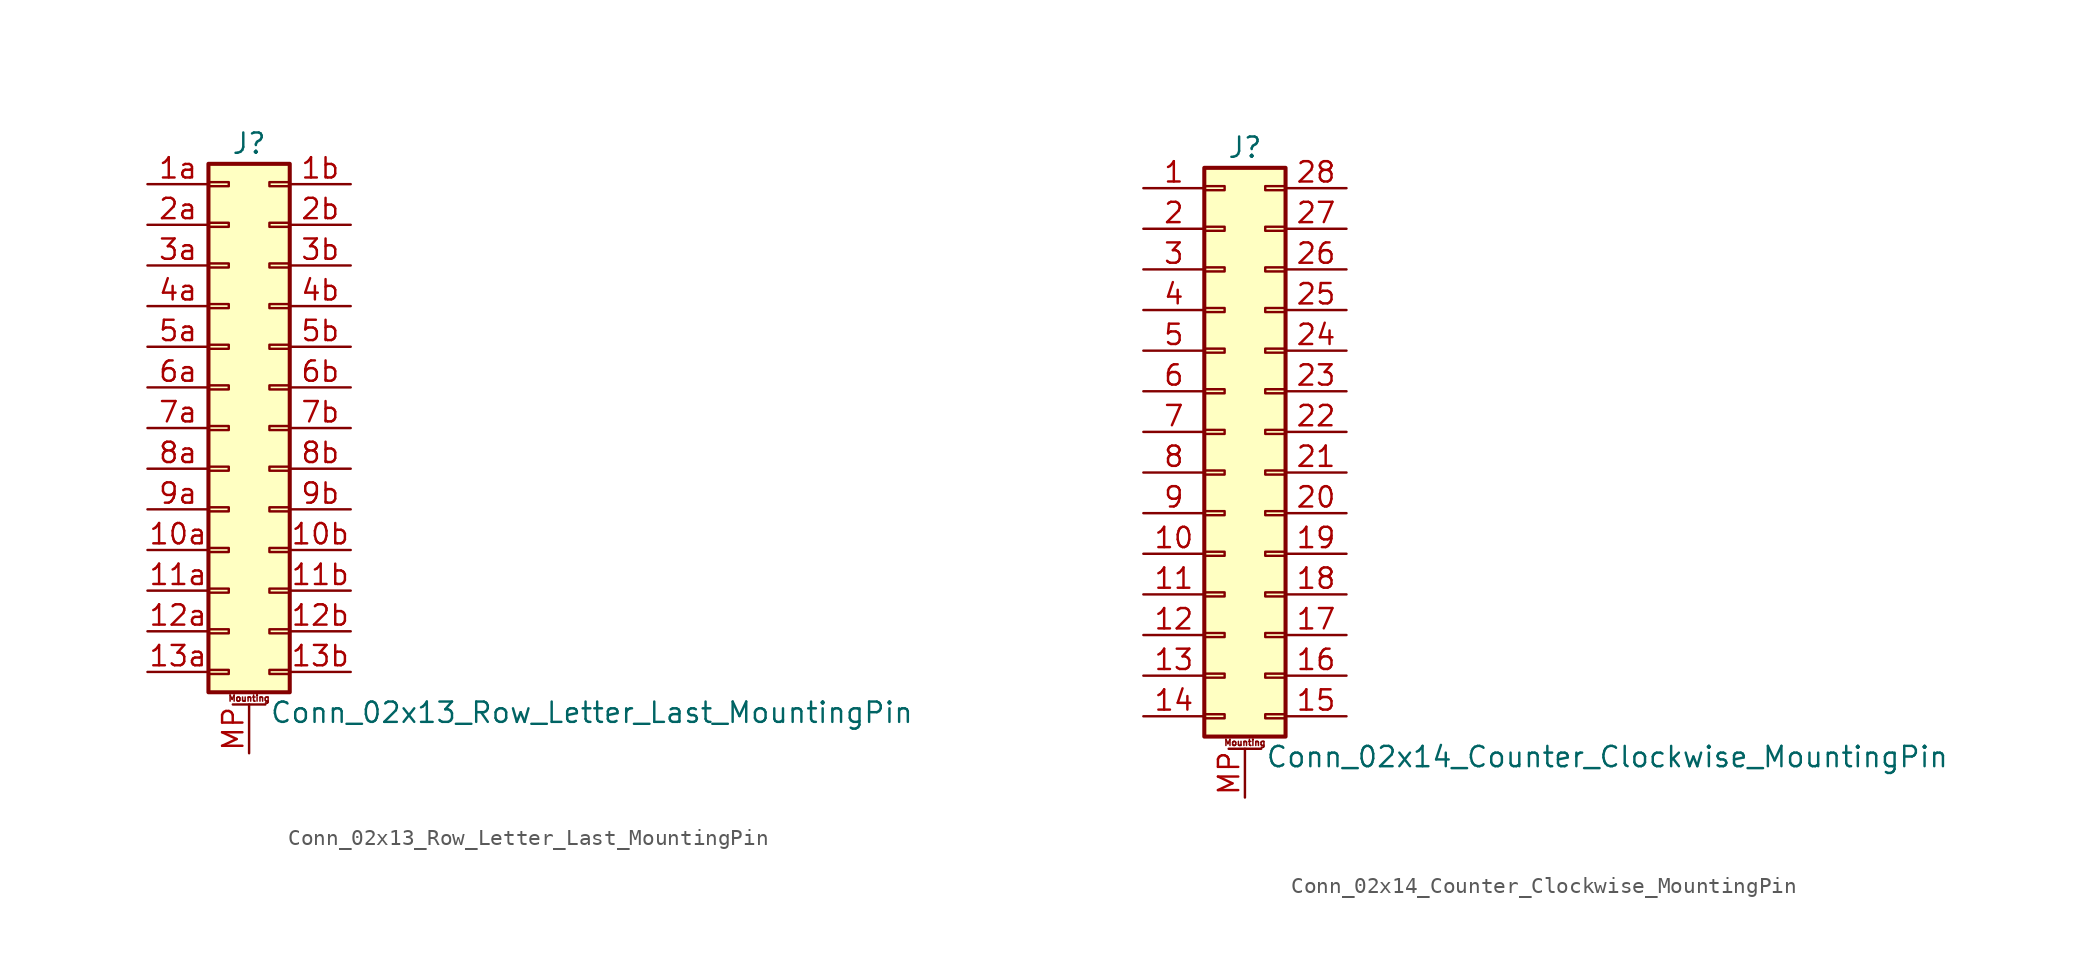
<source format=kicad_sym>
(kicad_symbol_lib
  (version 20201005)
  (generator kicad_symbol_editor)
  (symbol "Connector_Generic_MountingPin:Conn_02x13_Row_Letter_Last_MountingPin"
    (pin_names
      (offset 1.016) hide)
    (property "Reference" "J"
      (at 1.27 17.78 0)
      (effects (font (size 1.27 1.27))))
    (property "Value" "Conn_02x13_Row_Letter_Last_MountingPin"
      (at 2.54 -17.78 0)
      (effects (font (size 1.27 1.27)) (justify left)))
    (symbol "Conn_02x13_Row_Letter_Last_MountingPin_1_1"
      (text "Mounting" (at 1.27 -16.891 0) (effects (font (size 0.381 0.381))))
      (rectangle (start -1.27 -4.953) (end 0 -5.207) (stroke (width 0.152)) (fill (type none)))
      (rectangle (start -1.27 -7.493) (end 0 -7.747) (stroke (width 0.152)) (fill (type none)))
      (rectangle (start -1.27 -10.033) (end 0 -10.287) (stroke (width 0.152)) (fill (type none)))
      (rectangle (start -1.27 -12.573) (end 0 -12.827) (stroke (width 0.152)) (fill (type none)))
      (rectangle (start -1.27 -15.113) (end 0 -15.367) (stroke (width 0.152)) (fill (type none)))
      (rectangle (start -1.27 -2.413) (end 0 -2.667) (stroke (width 0.152)) (fill (type none)))
      (rectangle (start -1.27 2.667) (end 0 2.413) (stroke (width 0.152)) (fill (type none)))
      (rectangle (start -1.27 5.207) (end 0 4.953) (stroke (width 0.152)) (fill (type none)))
      (rectangle (start -1.27 7.747) (end 0 7.493) (stroke (width 0.152)) (fill (type none)))
      (rectangle (start -1.27 10.287) (end 0 10.033) (stroke (width 0.152)) (fill (type none)))
      (rectangle (start -1.27 0.127) (end 0 -0.127) (stroke (width 0.152)) (fill (type none)))
      (rectangle (start -1.27 12.827) (end 0 12.573) (stroke (width 0.152)) (fill (type none)))
      (rectangle (start -1.27 15.367) (end 0 15.113) (stroke (width 0.152)) (fill (type none)))
      (rectangle (start -1.27 16.51) (end 3.81 -16.51) (stroke (width 0.254)) (fill (type background)))
      (rectangle (start 3.81 -4.953) (end 2.54 -5.207) (stroke (width 0.152)) (fill (type none)))
      (rectangle (start 3.81 -7.493) (end 2.54 -7.747) (stroke (width 0.152)) (fill (type none)))
      (rectangle (start 3.81 -10.033) (end 2.54 -10.287) (stroke (width 0.152)) (fill (type none)))
      (rectangle (start 3.81 -12.573) (end 2.54 -12.827) (stroke (width 0.152)) (fill (type none)))
      (rectangle (start 3.81 -15.113) (end 2.54 -15.367) (stroke (width 0.152)) (fill (type none)))
      (rectangle (start 3.81 -2.413) (end 2.54 -2.667) (stroke (width 0.152)) (fill (type none)))
      (rectangle (start 3.81 2.667) (end 2.54 2.413) (stroke (width 0.152)) (fill (type none)))
      (rectangle (start 3.81 5.207) (end 2.54 4.953) (stroke (width 0.152)) (fill (type none)))
      (rectangle (start 3.81 7.747) (end 2.54 7.493) (stroke (width 0.152)) (fill (type none)))
      (rectangle (start 3.81 10.287) (end 2.54 10.033) (stroke (width 0.152)) (fill (type none)))
      (rectangle (start 3.81 0.127) (end 2.54 -0.127) (stroke (width 0.152)) (fill (type none)))
      (rectangle (start 3.81 12.827) (end 2.54 12.573) (stroke (width 0.152)) (fill (type none)))
      (rectangle (start 3.81 15.367) (end 2.54 15.113) (stroke (width 0.152)) (fill (type none)))
      (polyline (pts (xy 0.254 -17.272) (xy 2.286 -17.272)) (stroke (width 0.152)) (fill (type none)))
      (pin passive line (at 1.27 -20.32 90) (length 3.048) (name "MountPin" (effects (font (size 1.27 1.27)))) (number "MP" (effects (font (size 1.27 1.27)))))
      (pin passive line (at -5.08 -7.62 0) (length 3.81) (name "Pin_10a" (effects (font (size 1.27 1.27)))) (number "10a" (effects (font (size 1.27 1.27)))))
      (pin passive line (at 7.62 -7.62 180) (length 3.81) (name "Pin_10b" (effects (font (size 1.27 1.27)))) (number "10b" (effects (font (size 1.27 1.27)))))
      (pin passive line (at -5.08 -10.16 0) (length 3.81) (name "Pin_11a" (effects (font (size 1.27 1.27)))) (number "11a" (effects (font (size 1.27 1.27)))))
      (pin passive line (at 7.62 -10.16 180) (length 3.81) (name "Pin_11b" (effects (font (size 1.27 1.27)))) (number "11b" (effects (font (size 1.27 1.27)))))
      (pin passive line (at -5.08 -12.7 0) (length 3.81) (name "Pin_12a" (effects (font (size 1.27 1.27)))) (number "12a" (effects (font (size 1.27 1.27)))))
      (pin passive line (at 7.62 -12.7 180) (length 3.81) (name "Pin_12b" (effects (font (size 1.27 1.27)))) (number "12b" (effects (font (size 1.27 1.27)))))
      (pin passive line (at -5.08 -15.24 0) (length 3.81) (name "Pin_13a" (effects (font (size 1.27 1.27)))) (number "13a" (effects (font (size 1.27 1.27)))))
      (pin passive line (at 7.62 -15.24 180) (length 3.81) (name "Pin_13b" (effects (font (size 1.27 1.27)))) (number "13b" (effects (font (size 1.27 1.27)))))
      (pin passive line (at -5.08 15.24 0) (length 3.81) (name "Pin_1a" (effects (font (size 1.27 1.27)))) (number "1a" (effects (font (size 1.27 1.27)))))
      (pin passive line (at 7.62 15.24 180) (length 3.81) (name "Pin_1b" (effects (font (size 1.27 1.27)))) (number "1b" (effects (font (size 1.27 1.27)))))
      (pin passive line (at -5.08 12.7 0) (length 3.81) (name "Pin_2a" (effects (font (size 1.27 1.27)))) (number "2a" (effects (font (size 1.27 1.27)))))
      (pin passive line (at 7.62 12.7 180) (length 3.81) (name "Pin_2b" (effects (font (size 1.27 1.27)))) (number "2b" (effects (font (size 1.27 1.27)))))
      (pin passive line (at -5.08 10.16 0) (length 3.81) (name "Pin_3a" (effects (font (size 1.27 1.27)))) (number "3a" (effects (font (size 1.27 1.27)))))
      (pin passive line (at 7.62 10.16 180) (length 3.81) (name "Pin_3b" (effects (font (size 1.27 1.27)))) (number "3b" (effects (font (size 1.27 1.27)))))
      (pin passive line (at -5.08 7.62 0) (length 3.81) (name "Pin_4a" (effects (font (size 1.27 1.27)))) (number "4a" (effects (font (size 1.27 1.27)))))
      (pin passive line (at 7.62 7.62 180) (length 3.81) (name "Pin_4b" (effects (font (size 1.27 1.27)))) (number "4b" (effects (font (size 1.27 1.27)))))
      (pin passive line (at -5.08 5.08 0) (length 3.81) (name "Pin_5a" (effects (font (size 1.27 1.27)))) (number "5a" (effects (font (size 1.27 1.27)))))
      (pin passive line (at 7.62 5.08 180) (length 3.81) (name "Pin_5b" (effects (font (size 1.27 1.27)))) (number "5b" (effects (font (size 1.27 1.27)))))
      (pin passive line (at -5.08 2.54 0) (length 3.81) (name "Pin_6a" (effects (font (size 1.27 1.27)))) (number "6a" (effects (font (size 1.27 1.27)))))
      (pin passive line (at 7.62 2.54 180) (length 3.81) (name "Pin_6b" (effects (font (size 1.27 1.27)))) (number "6b" (effects (font (size 1.27 1.27)))))
      (pin passive line (at -5.08 0 0) (length 3.81) (name "Pin_7a" (effects (font (size 1.27 1.27)))) (number "7a" (effects (font (size 1.27 1.27)))))
      (pin passive line (at 7.62 0 180) (length 3.81) (name "Pin_7b" (effects (font (size 1.27 1.27)))) (number "7b" (effects (font (size 1.27 1.27)))))
      (pin passive line (at -5.08 -2.54 0) (length 3.81) (name "Pin_8a" (effects (font (size 1.27 1.27)))) (number "8a" (effects (font (size 1.27 1.27)))))
      (pin passive line (at 7.62 -2.54 180) (length 3.81) (name "Pin_8b" (effects (font (size 1.27 1.27)))) (number "8b" (effects (font (size 1.27 1.27)))))
      (pin passive line (at -5.08 -5.08 0) (length 3.81) (name "Pin_9a" (effects (font (size 1.27 1.27)))) (number "9a" (effects (font (size 1.27 1.27)))))
      (pin passive line (at 7.62 -5.08 180) (length 3.81) (name "Pin_9b" (effects (font (size 1.27 1.27)))) (number "9b" (effects (font (size 1.27 1.27)))))))
  (symbol "Connector_Generic_MountingPin:Conn_02x14_Counter_Clockwise_MountingPin"
    (pin_names
      (offset 1.016) hide)
    (property "Reference" "J"
      (at 1.27 17.78 0)
      (effects (font (size 1.27 1.27))))
    (property "Value" "Conn_02x14_Counter_Clockwise_MountingPin"
      (at 2.54 -20.32 0)
      (effects (font (size 1.27 1.27)) (justify left)))
    (symbol "Conn_02x14_Counter_Clockwise_MountingPin_1_1"
      (text "Mounting" (at 1.27 -19.431 0) (effects (font (size 0.381 0.381))))
      (rectangle (start -1.27 -4.953) (end 0 -5.207) (stroke (width 0.152)) (fill (type none)))
      (rectangle (start -1.27 -7.493) (end 0 -7.747) (stroke (width 0.152)) (fill (type none)))
      (rectangle (start -1.27 -10.033) (end 0 -10.287) (stroke (width 0.152)) (fill (type none)))
      (rectangle (start -1.27 -12.573) (end 0 -12.827) (stroke (width 0.152)) (fill (type none)))
      (rectangle (start -1.27 -15.113) (end 0 -15.367) (stroke (width 0.152)) (fill (type none)))
      (rectangle (start -1.27 -17.653) (end 0 -17.907) (stroke (width 0.152)) (fill (type none)))
      (rectangle (start -1.27 -2.413) (end 0 -2.667) (stroke (width 0.152)) (fill (type none)))
      (rectangle (start -1.27 2.667) (end 0 2.413) (stroke (width 0.152)) (fill (type none)))
      (rectangle (start -1.27 5.207) (end 0 4.953) (stroke (width 0.152)) (fill (type none)))
      (rectangle (start -1.27 7.747) (end 0 7.493) (stroke (width 0.152)) (fill (type none)))
      (rectangle (start -1.27 10.287) (end 0 10.033) (stroke (width 0.152)) (fill (type none)))
      (rectangle (start -1.27 0.127) (end 0 -0.127) (stroke (width 0.152)) (fill (type none)))
      (rectangle (start -1.27 12.827) (end 0 12.573) (stroke (width 0.152)) (fill (type none)))
      (rectangle (start -1.27 15.367) (end 0 15.113) (stroke (width 0.152)) (fill (type none)))
      (rectangle (start -1.27 16.51) (end 3.81 -19.05) (stroke (width 0.254)) (fill (type background)))
      (rectangle (start 3.81 -4.953) (end 2.54 -5.207) (stroke (width 0.152)) (fill (type none)))
      (rectangle (start 3.81 -7.493) (end 2.54 -7.747) (stroke (width 0.152)) (fill (type none)))
      (rectangle (start 3.81 -10.033) (end 2.54 -10.287) (stroke (width 0.152)) (fill (type none)))
      (rectangle (start 3.81 -12.573) (end 2.54 -12.827) (stroke (width 0.152)) (fill (type none)))
      (rectangle (start 3.81 -15.113) (end 2.54 -15.367) (stroke (width 0.152)) (fill (type none)))
      (rectangle (start 3.81 -17.653) (end 2.54 -17.907) (stroke (width 0.152)) (fill (type none)))
      (rectangle (start 3.81 -2.413) (end 2.54 -2.667) (stroke (width 0.152)) (fill (type none)))
      (rectangle (start 3.81 2.667) (end 2.54 2.413) (stroke (width 0.152)) (fill (type none)))
      (rectangle (start 3.81 5.207) (end 2.54 4.953) (stroke (width 0.152)) (fill (type none)))
      (rectangle (start 3.81 7.747) (end 2.54 7.493) (stroke (width 0.152)) (fill (type none)))
      (rectangle (start 3.81 10.287) (end 2.54 10.033) (stroke (width 0.152)) (fill (type none)))
      (rectangle (start 3.81 0.127) (end 2.54 -0.127) (stroke (width 0.152)) (fill (type none)))
      (rectangle (start 3.81 12.827) (end 2.54 12.573) (stroke (width 0.152)) (fill (type none)))
      (rectangle (start 3.81 15.367) (end 2.54 15.113) (stroke (width 0.152)) (fill (type none)))
      (polyline (pts (xy 0.254 -19.812) (xy 2.286 -19.812)) (stroke (width 0.152)) (fill (type none)))
      (pin passive line (at 1.27 -22.86 90) (length 3.048) (name "MountPin" (effects (font (size 1.27 1.27)))) (number "MP" (effects (font (size 1.27 1.27)))))
      (pin passive line (at -5.08 15.24 0) (length 3.81) (name "Pin_1" (effects (font (size 1.27 1.27)))) (number "1" (effects (font (size 1.27 1.27)))))
      (pin passive line (at -5.08 -7.62 0) (length 3.81) (name "Pin_10" (effects (font (size 1.27 1.27)))) (number "10" (effects (font (size 1.27 1.27)))))
      (pin passive line (at -5.08 -10.16 0) (length 3.81) (name "Pin_11" (effects (font (size 1.27 1.27)))) (number "11" (effects (font (size 1.27 1.27)))))
      (pin passive line (at -5.08 -12.7 0) (length 3.81) (name "Pin_12" (effects (font (size 1.27 1.27)))) (number "12" (effects (font (size 1.27 1.27)))))
      (pin passive line (at -5.08 -15.24 0) (length 3.81) (name "Pin_13" (effects (font (size 1.27 1.27)))) (number "13" (effects (font (size 1.27 1.27)))))
      (pin passive line (at -5.08 -17.78 0) (length 3.81) (name "Pin_14" (effects (font (size 1.27 1.27)))) (number "14" (effects (font (size 1.27 1.27)))))
      (pin passive line (at 7.62 -17.78 180) (length 3.81) (name "Pin_15" (effects (font (size 1.27 1.27)))) (number "15" (effects (font (size 1.27 1.27)))))
      (pin passive line (at 7.62 -15.24 180) (length 3.81) (name "Pin_16" (effects (font (size 1.27 1.27)))) (number "16" (effects (font (size 1.27 1.27)))))
      (pin passive line (at 7.62 -12.7 180) (length 3.81) (name "Pin_17" (effects (font (size 1.27 1.27)))) (number "17" (effects (font (size 1.27 1.27)))))
      (pin passive line (at 7.62 -10.16 180) (length 3.81) (name "Pin_18" (effects (font (size 1.27 1.27)))) (number "18" (effects (font (size 1.27 1.27)))))
      (pin passive line (at 7.62 -7.62 180) (length 3.81) (name "Pin_19" (effects (font (size 1.27 1.27)))) (number "19" (effects (font (size 1.27 1.27)))))
      (pin passive line (at -5.08 12.7 0) (length 3.81) (name "Pin_2" (effects (font (size 1.27 1.27)))) (number "2" (effects (font (size 1.27 1.27)))))
      (pin passive line (at 7.62 -5.08 180) (length 3.81) (name "Pin_20" (effects (font (size 1.27 1.27)))) (number "20" (effects (font (size 1.27 1.27)))))
      (pin passive line (at 7.62 -2.54 180) (length 3.81) (name "Pin_21" (effects (font (size 1.27 1.27)))) (number "21" (effects (font (size 1.27 1.27)))))
      (pin passive line (at 7.62 0 180) (length 3.81) (name "Pin_22" (effects (font (size 1.27 1.27)))) (number "22" (effects (font (size 1.27 1.27)))))
      (pin passive line (at 7.62 2.54 180) (length 3.81) (name "Pin_23" (effects (font (size 1.27 1.27)))) (number "23" (effects (font (size 1.27 1.27)))))
      (pin passive line (at 7.62 5.08 180) (length 3.81) (name "Pin_24" (effects (font (size 1.27 1.27)))) (number "24" (effects (font (size 1.27 1.27)))))
      (pin passive line (at 7.62 7.62 180) (length 3.81) (name "Pin_25" (effects (font (size 1.27 1.27)))) (number "25" (effects (font (size 1.27 1.27)))))
      (pin passive line (at 7.62 10.16 180) (length 3.81) (name "Pin_26" (effects (font (size 1.27 1.27)))) (number "26" (effects (font (size 1.27 1.27)))))
      (pin passive line (at 7.62 12.7 180) (length 3.81) (name "Pin_27" (effects (font (size 1.27 1.27)))) (number "27" (effects (font (size 1.27 1.27)))))
      (pin passive line (at 7.62 15.24 180) (length 3.81) (name "Pin_28" (effects (font (size 1.27 1.27)))) (number "28" (effects (font (size 1.27 1.27)))))
      (pin passive line (at -5.08 10.16 0) (length 3.81) (name "Pin_3" (effects (font (size 1.27 1.27)))) (number "3" (effects (font (size 1.27 1.27)))))
      (pin passive line (at -5.08 7.62 0) (length 3.81) (name "Pin_4" (effects (font (size 1.27 1.27)))) (number "4" (effects (font (size 1.27 1.27)))))
      (pin passive line (at -5.08 5.08 0) (length 3.81) (name "Pin_5" (effects (font (size 1.27 1.27)))) (number "5" (effects (font (size 1.27 1.27)))))
      (pin passive line (at -5.08 2.54 0) (length 3.81) (name "Pin_6" (effects (font (size 1.27 1.27)))) (number "6" (effects (font (size 1.27 1.27)))))
      (pin passive line (at -5.08 0 0) (length 3.81) (name "Pin_7" (effects (font (size 1.27 1.27)))) (number "7" (effects (font (size 1.27 1.27)))))
      (pin passive line (at -5.08 -2.54 0) (length 3.81) (name "Pin_8" (effects (font (size 1.27 1.27)))) (number "8" (effects (font (size 1.27 1.27)))))
      (pin passive line (at -5.08 -5.08 0) (length 3.81) (name "Pin_9" (effects (font (size 1.27 1.27)))) (number "9" (effects (font (size 1.27 1.27))))))))
</source>
